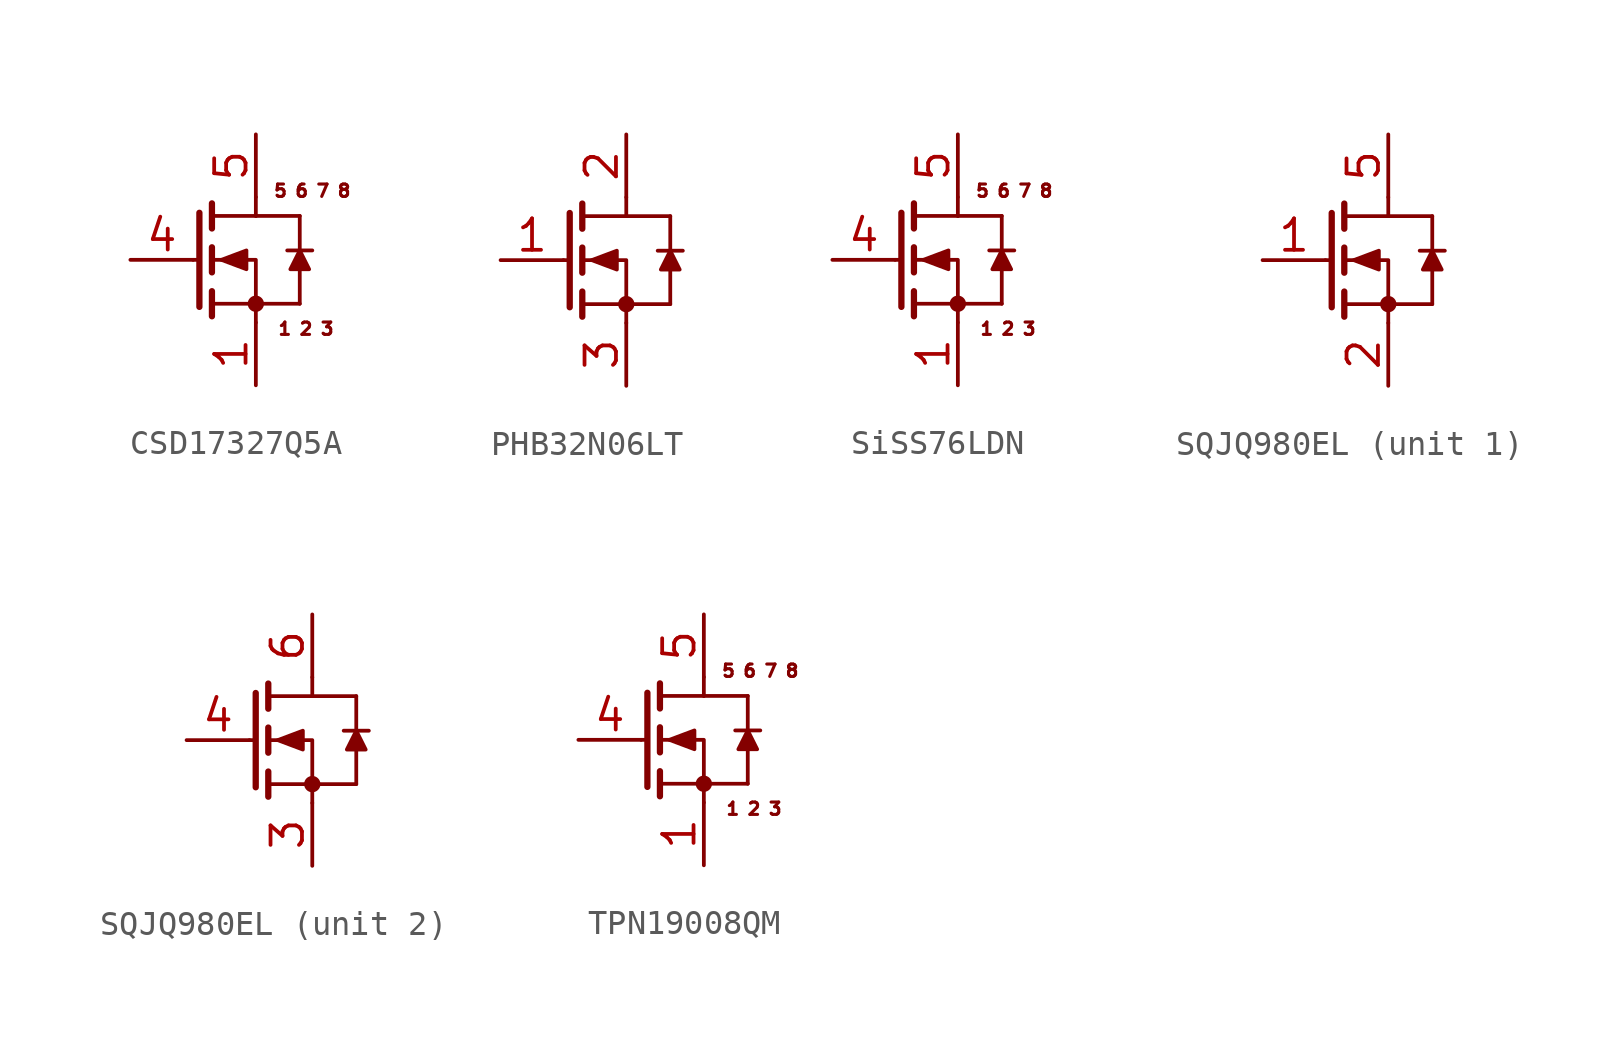
<source format=kicad_sym>
(kicad_symbol_lib
  (version 20211014)
  (generator kicad_symbol_editor)
  (symbol "CSD17327Q5A"
    (pin_names hide)
    (property "Reference" "Q"
      (at 3.81 17.78 0)
      (effects (font (size 1.27 1.27)) (justify left) hide))
    (symbol "CSD17327Q5A_0_0"
      (text "1 2 3" (at 7.112 -2.794 0) (effects (font (size 0.5 0.5))))
      (text "5 6 7 8" (at 7.366 2.794 0) (effects (font (size 0.5 0.5)))))
    (symbol "CSD17327Q5A_0_1"
      (polyline (pts (xy 2.794 0) (xy 2.54 0)) (stroke (width 0) (type default) (color 0 0 0 0)) (fill (type none)))
      (polyline (pts (xy 2.794 1.905) (xy 2.794 -1.905)) (stroke (width 0.254) (type default) (color 0 0 0 0)) (fill (type none)))
      (polyline (pts (xy 3.302 -1.778) (xy 5.08 -1.778)) (stroke (width 0) (type default) (color 0 0 0 0)) (fill (type none)))
      (polyline (pts (xy 3.302 -1.27) (xy 3.302 -2.286)) (stroke (width 0.254) (type default) (color 0 0 0 0)) (fill (type none)))
      (polyline (pts (xy 3.302 0.508) (xy 3.302 -0.508)) (stroke (width 0.254) (type default) (color 0 0 0 0)) (fill (type none)))
      (polyline (pts (xy 3.302 1.778) (xy 5.08 1.778)) (stroke (width 0) (type default) (color 0 0 0 0)) (fill (type none)))
      (polyline (pts (xy 3.302 2.286) (xy 3.302 1.27)) (stroke (width 0.254) (type default) (color 0 0 0 0)) (fill (type none)))
      (polyline (pts (xy 5.08 -1.778) (xy 6.858 -1.778)) (stroke (width 0) (type default) (color 0 0 0 0)) (fill (type none)))
      (polyline (pts (xy 5.08 1.778) (xy 6.858 1.778)) (stroke (width 0) (type default) (color 0 0 0 0)) (fill (type none)))
      (polyline (pts (xy 5.08 2.54) (xy 5.08 1.778)) (stroke (width 0) (type default) (color 0 0 0 0)) (fill (type none)))
      (polyline (pts (xy 6.35 0.381) (xy 7.366 0.381)) (stroke (width 0) (type default) (color 0 0 0 0)) (fill (type none)))
      (polyline (pts (xy 6.858 -1.778) (xy 6.858 0)) (stroke (width 0) (type default) (color 0 0 0 0)) (fill (type none)))
      (polyline (pts (xy 6.858 1.778) (xy 6.858 0)) (stroke (width 0) (type default) (color 0 0 0 0)) (fill (type none)))
      (polyline (pts (xy 5.08 -2.54) (xy 5.08 0) (xy 3.302 0)) (stroke (width 0) (type default) (color 0 0 0 0)) (fill (type none)))
      (polyline (pts (xy 3.683 0) (xy 4.699 0.381) (xy 4.699 -0.381) (xy 3.683 0)) (stroke (width 0) (type default) (color 0 0 0 0)) (fill (type outline)))
      (polyline (pts (xy 6.858 0.381) (xy 7.239 -0.381) (xy 6.477 -0.381) (xy 6.858 0.381)) (stroke (width 0) (type default) (color 0 0 0 0)) (fill (type outline)))
      (circle (center 5.08 -1.778) (radius 0.254) (stroke (width 0) (type default) (color 0 0 0 0)) (fill (type outline))))
    (symbol "CSD17327Q5A_1_1"
      (pin passive line (at 5.08 -5.08 90) (length 2.54) (name "S" (effects (font (size 1.27 1.27)))) (number "1" (effects (font (size 1.27 1.27)))))
      (pin passive line (at 5.08 -5.08 90) (length 2.54) hide (name "S" (effects (font (size 1.27 1.27)))) (number "2" (effects (font (size 1.27 1.27)))))
      (pin passive line (at 5.08 -5.08 90) (length 2.54) hide (name "S" (effects (font (size 1.27 1.27)))) (number "3" (effects (font (size 1.27 1.27)))))
      (pin passive line (at 0 0 0) (length 2.54) (name "G" (effects (font (size 1.27 1.27)))) (number "4" (effects (font (size 1.27 1.27)))))
      (pin passive line (at 5.08 5.08 270) (length 2.54) (name "D" (effects (font (size 1.27 1.27)))) (number "5" (effects (font (size 1.27 1.27)))))
      (pin passive line (at 5.08 5.08 270) (length 2.54) hide (name "S" (effects (font (size 1.27 1.27)))) (number "6" (effects (font (size 1.27 1.27)))))
      (pin passive line (at 5.08 5.08 270) (length 2.54) hide (name "S" (effects (font (size 1.27 1.27)))) (number "7" (effects (font (size 1.27 1.27)))))
      (pin passive line (at 5.08 5.08 270) (length 2.54) hide (name "S" (effects (font (size 1.27 1.27)))) (number "8" (effects (font (size 1.27 1.27)))))))
  (symbol "PHB32N06LT"
    (pin_names hide)
    (property "Reference" "Q"
      (at 3.81 17.78 0)
      (effects (font (size 1.27 1.27)) (justify left) hide))
    (symbol "PHB32N06LT_0_1"
      (polyline (pts (xy 2.794 0) (xy 2.54 0)) (stroke (width 0) (type default) (color 0 0 0 0)) (fill (type none)))
      (polyline (pts (xy 2.794 1.905) (xy 2.794 -1.905)) (stroke (width 0.254) (type default) (color 0 0 0 0)) (fill (type none)))
      (polyline (pts (xy 3.302 -1.778) (xy 5.08 -1.778)) (stroke (width 0) (type default) (color 0 0 0 0)) (fill (type none)))
      (polyline (pts (xy 3.302 -1.27) (xy 3.302 -2.286)) (stroke (width 0.254) (type default) (color 0 0 0 0)) (fill (type none)))
      (polyline (pts (xy 3.302 0.508) (xy 3.302 -0.508)) (stroke (width 0.254) (type default) (color 0 0 0 0)) (fill (type none)))
      (polyline (pts (xy 3.302 1.778) (xy 5.08 1.778)) (stroke (width 0) (type default) (color 0 0 0 0)) (fill (type none)))
      (polyline (pts (xy 3.302 2.286) (xy 3.302 1.27)) (stroke (width 0.254) (type default) (color 0 0 0 0)) (fill (type none)))
      (polyline (pts (xy 5.08 -1.778) (xy 6.858 -1.778)) (stroke (width 0) (type default) (color 0 0 0 0)) (fill (type none)))
      (polyline (pts (xy 5.08 1.778) (xy 6.858 1.778)) (stroke (width 0) (type default) (color 0 0 0 0)) (fill (type none)))
      (polyline (pts (xy 5.08 2.54) (xy 5.08 1.778)) (stroke (width 0) (type default) (color 0 0 0 0)) (fill (type none)))
      (polyline (pts (xy 6.35 0.381) (xy 7.366 0.381)) (stroke (width 0) (type default) (color 0 0 0 0)) (fill (type none)))
      (polyline (pts (xy 6.858 -1.778) (xy 6.858 0)) (stroke (width 0) (type default) (color 0 0 0 0)) (fill (type none)))
      (polyline (pts (xy 6.858 1.778) (xy 6.858 0)) (stroke (width 0) (type default) (color 0 0 0 0)) (fill (type none)))
      (polyline (pts (xy 5.08 -2.54) (xy 5.08 0) (xy 3.302 0)) (stroke (width 0) (type default) (color 0 0 0 0)) (fill (type none)))
      (polyline (pts (xy 3.683 0) (xy 4.699 0.381) (xy 4.699 -0.381) (xy 3.683 0)) (stroke (width 0) (type default) (color 0 0 0 0)) (fill (type outline)))
      (polyline (pts (xy 6.858 0.381) (xy 7.239 -0.381) (xy 6.477 -0.381) (xy 6.858 0.381)) (stroke (width 0) (type default) (color 0 0 0 0)) (fill (type outline)))
      (circle (center 5.08 -1.778) (radius 0.254) (stroke (width 0) (type default) (color 0 0 0 0)) (fill (type outline))))
    (symbol "PHB32N06LT_1_1"
      (pin passive line (at 0 0 0) (length 2.54) (name "G" (effects (font (size 1.27 1.27)))) (number "1" (effects (font (size 1.27 1.27)))))
      (pin passive line (at 5.08 5.08 270) (length 2.54) (name "D" (effects (font (size 1.27 1.27)))) (number "2" (effects (font (size 1.27 1.27)))))
      (pin passive line (at 5.08 -5.08 90) (length 2.54) (name "S" (effects (font (size 1.27 1.27)))) (number "3" (effects (font (size 1.27 1.27)))))))
  (symbol "SiSS76LDN"
    (pin_names hide)
    (property "Reference" "Q"
      (at 3.81 17.78 0)
      (effects (font (size 1.27 1.27)) (justify left) hide))
    (symbol "SiSS76LDN_0_0"
      (text "1 2 3" (at 7.112 -2.794 0) (effects (font (size 0.5 0.5))))
      (text "5 6 7 8" (at 7.366 2.794 0) (effects (font (size 0.5 0.5)))))
    (symbol "SiSS76LDN_0_1"
      (polyline (pts (xy 2.794 0) (xy 2.54 0)) (stroke (width 0) (type default) (color 0 0 0 0)) (fill (type none)))
      (polyline (pts (xy 2.794 1.905) (xy 2.794 -1.905)) (stroke (width 0.254) (type default) (color 0 0 0 0)) (fill (type none)))
      (polyline (pts (xy 3.302 -1.778) (xy 5.08 -1.778)) (stroke (width 0) (type default) (color 0 0 0 0)) (fill (type none)))
      (polyline (pts (xy 3.302 -1.27) (xy 3.302 -2.286)) (stroke (width 0.254) (type default) (color 0 0 0 0)) (fill (type none)))
      (polyline (pts (xy 3.302 0.508) (xy 3.302 -0.508)) (stroke (width 0.254) (type default) (color 0 0 0 0)) (fill (type none)))
      (polyline (pts (xy 3.302 1.778) (xy 5.08 1.778)) (stroke (width 0) (type default) (color 0 0 0 0)) (fill (type none)))
      (polyline (pts (xy 3.302 2.286) (xy 3.302 1.27)) (stroke (width 0.254) (type default) (color 0 0 0 0)) (fill (type none)))
      (polyline (pts (xy 5.08 -1.778) (xy 6.858 -1.778)) (stroke (width 0) (type default) (color 0 0 0 0)) (fill (type none)))
      (polyline (pts (xy 5.08 1.778) (xy 6.858 1.778)) (stroke (width 0) (type default) (color 0 0 0 0)) (fill (type none)))
      (polyline (pts (xy 5.08 2.54) (xy 5.08 1.778)) (stroke (width 0) (type default) (color 0 0 0 0)) (fill (type none)))
      (polyline (pts (xy 6.35 0.381) (xy 7.366 0.381)) (stroke (width 0) (type default) (color 0 0 0 0)) (fill (type none)))
      (polyline (pts (xy 6.858 -1.778) (xy 6.858 0)) (stroke (width 0) (type default) (color 0 0 0 0)) (fill (type none)))
      (polyline (pts (xy 6.858 1.778) (xy 6.858 0)) (stroke (width 0) (type default) (color 0 0 0 0)) (fill (type none)))
      (polyline (pts (xy 5.08 -2.54) (xy 5.08 0) (xy 3.302 0)) (stroke (width 0) (type default) (color 0 0 0 0)) (fill (type none)))
      (polyline (pts (xy 3.683 0) (xy 4.699 0.381) (xy 4.699 -0.381) (xy 3.683 0)) (stroke (width 0) (type default) (color 0 0 0 0)) (fill (type outline)))
      (polyline (pts (xy 6.858 0.381) (xy 7.239 -0.381) (xy 6.477 -0.381) (xy 6.858 0.381)) (stroke (width 0) (type default) (color 0 0 0 0)) (fill (type outline)))
      (circle (center 5.08 -1.778) (radius 0.254) (stroke (width 0) (type default) (color 0 0 0 0)) (fill (type outline))))
    (symbol "SiSS76LDN_1_1"
      (pin passive line (at 5.08 -5.08 90) (length 2.54) (name "S" (effects (font (size 1.27 1.27)))) (number "1" (effects (font (size 1.27 1.27)))))
      (pin passive line (at 5.08 -5.08 90) (length 2.54) hide (name "S" (effects (font (size 1.27 1.27)))) (number "2" (effects (font (size 1.27 1.27)))))
      (pin passive line (at 5.08 -5.08 90) (length 2.54) hide (name "S" (effects (font (size 1.27 1.27)))) (number "3" (effects (font (size 1.27 1.27)))))
      (pin passive line (at 0 0 0) (length 2.54) (name "G" (effects (font (size 1.27 1.27)))) (number "4" (effects (font (size 1.27 1.27)))))
      (pin passive line (at 5.08 5.08 270) (length 2.54) (name "D" (effects (font (size 1.27 1.27)))) (number "5" (effects (font (size 1.27 1.27)))))
      (pin passive line (at 5.08 5.08 270) (length 2.54) hide (name "S" (effects (font (size 1.27 1.27)))) (number "6" (effects (font (size 1.27 1.27)))))
      (pin passive line (at 5.08 5.08 270) (length 2.54) hide (name "S" (effects (font (size 1.27 1.27)))) (number "7" (effects (font (size 1.27 1.27)))))
      (pin passive line (at 5.08 5.08 270) (length 2.54) hide (name "S" (effects (font (size 1.27 1.27)))) (number "8" (effects (font (size 1.27 1.27)))))))
  (symbol "SQJQ980EL"
    (pin_names hide)
    (property "Reference" "Q"
      (at 3.81 17.78 0)
      (effects (font (size 1.27 1.27)) (justify left) hide))
    (symbol "SQJQ980EL_0_1"
      (polyline (pts (xy 2.794 0) (xy 2.54 0)) (stroke (width 0) (type default) (color 0 0 0 0)) (fill (type none)))
      (polyline (pts (xy 2.794 1.905) (xy 2.794 -1.905)) (stroke (width 0.254) (type default) (color 0 0 0 0)) (fill (type none)))
      (polyline (pts (xy 3.302 -1.778) (xy 5.08 -1.778)) (stroke (width 0) (type default) (color 0 0 0 0)) (fill (type none)))
      (polyline (pts (xy 3.302 -1.27) (xy 3.302 -2.286)) (stroke (width 0.254) (type default) (color 0 0 0 0)) (fill (type none)))
      (polyline (pts (xy 3.302 0.508) (xy 3.302 -0.508)) (stroke (width 0.254) (type default) (color 0 0 0 0)) (fill (type none)))
      (polyline (pts (xy 3.302 1.778) (xy 5.08 1.778)) (stroke (width 0) (type default) (color 0 0 0 0)) (fill (type none)))
      (polyline (pts (xy 3.302 2.286) (xy 3.302 1.27)) (stroke (width 0.254) (type default) (color 0 0 0 0)) (fill (type none)))
      (polyline (pts (xy 5.08 -1.778) (xy 6.858 -1.778)) (stroke (width 0) (type default) (color 0 0 0 0)) (fill (type none)))
      (polyline (pts (xy 5.08 1.778) (xy 6.858 1.778)) (stroke (width 0) (type default) (color 0 0 0 0)) (fill (type none)))
      (polyline (pts (xy 5.08 2.54) (xy 5.08 1.778)) (stroke (width 0) (type default) (color 0 0 0 0)) (fill (type none)))
      (polyline (pts (xy 6.35 0.381) (xy 7.366 0.381)) (stroke (width 0) (type default) (color 0 0 0 0)) (fill (type none)))
      (polyline (pts (xy 6.858 -1.778) (xy 6.858 0)) (stroke (width 0) (type default) (color 0 0 0 0)) (fill (type none)))
      (polyline (pts (xy 6.858 1.778) (xy 6.858 0)) (stroke (width 0) (type default) (color 0 0 0 0)) (fill (type none)))
      (polyline (pts (xy 5.08 -2.54) (xy 5.08 0) (xy 3.302 0)) (stroke (width 0) (type default) (color 0 0 0 0)) (fill (type none)))
      (polyline (pts (xy 3.683 0) (xy 4.699 0.381) (xy 4.699 -0.381) (xy 3.683 0)) (stroke (width 0) (type default) (color 0 0 0 0)) (fill (type outline)))
      (polyline (pts (xy 6.858 0.381) (xy 7.239 -0.381) (xy 6.477 -0.381) (xy 6.858 0.381)) (stroke (width 0) (type default) (color 0 0 0 0)) (fill (type outline)))
      (circle (center 5.08 -1.778) (radius 0.254) (stroke (width 0) (type default) (color 0 0 0 0)) (fill (type outline))))
    (symbol "SQJQ980EL_1_1"
      (pin passive line (at 0 0 0) (length 2.54) (name "G" (effects (font (size 1.27 1.27)))) (number "1" (effects (font (size 1.27 1.27)))))
      (pin passive line (at 5.08 -5.08 90) (length 2.54) (name "S" (effects (font (size 1.27 1.27)))) (number "2" (effects (font (size 1.27 1.27)))))
      (pin passive line (at 5.08 5.08 270) (length 2.54) (name "D" (effects (font (size 1.27 1.27)))) (number "5" (effects (font (size 1.27 1.27))))))
    (symbol "SQJQ980EL_2_1"
      (pin passive line (at 5.08 -5.08 90) (length 2.54) (name "S" (effects (font (size 1.27 1.27)))) (number "3" (effects (font (size 1.27 1.27)))))
      (pin passive line (at 0 0 0) (length 2.54) (name "G" (effects (font (size 1.27 1.27)))) (number "4" (effects (font (size 1.27 1.27)))))
      (pin passive line (at 5.08 5.08 270) (length 2.54) (name "D" (effects (font (size 1.27 1.27)))) (number "6" (effects (font (size 1.27 1.27)))))))
  (symbol "TPN19008QM"
    (pin_names hide)
    (property "Reference" "Q"
      (at 3.81 17.78 0)
      (effects (font (size 1.27 1.27)) (justify left) hide))
    (symbol "TPN19008QM_0_0"
      (text "1 2 3" (at 7.112 -2.794 0) (effects (font (size 0.5 0.5))))
      (text "5 6 7 8" (at 7.366 2.794 0) (effects (font (size 0.5 0.5)))))
    (symbol "TPN19008QM_0_1"
      (polyline (pts (xy 2.794 0) (xy 2.54 0)) (stroke (width 0) (type default) (color 0 0 0 0)) (fill (type none)))
      (polyline (pts (xy 2.794 1.905) (xy 2.794 -1.905)) (stroke (width 0.254) (type default) (color 0 0 0 0)) (fill (type none)))
      (polyline (pts (xy 3.302 -1.778) (xy 5.08 -1.778)) (stroke (width 0) (type default) (color 0 0 0 0)) (fill (type none)))
      (polyline (pts (xy 3.302 -1.27) (xy 3.302 -2.286)) (stroke (width 0.254) (type default) (color 0 0 0 0)) (fill (type none)))
      (polyline (pts (xy 3.302 0.508) (xy 3.302 -0.508)) (stroke (width 0.254) (type default) (color 0 0 0 0)) (fill (type none)))
      (polyline (pts (xy 3.302 1.778) (xy 5.08 1.778)) (stroke (width 0) (type default) (color 0 0 0 0)) (fill (type none)))
      (polyline (pts (xy 3.302 2.286) (xy 3.302 1.27)) (stroke (width 0.254) (type default) (color 0 0 0 0)) (fill (type none)))
      (polyline (pts (xy 5.08 -1.778) (xy 6.858 -1.778)) (stroke (width 0) (type default) (color 0 0 0 0)) (fill (type none)))
      (polyline (pts (xy 5.08 1.778) (xy 6.858 1.778)) (stroke (width 0) (type default) (color 0 0 0 0)) (fill (type none)))
      (polyline (pts (xy 5.08 2.54) (xy 5.08 1.778)) (stroke (width 0) (type default) (color 0 0 0 0)) (fill (type none)))
      (polyline (pts (xy 6.35 0.381) (xy 7.366 0.381)) (stroke (width 0) (type default) (color 0 0 0 0)) (fill (type none)))
      (polyline (pts (xy 6.858 -1.778) (xy 6.858 0)) (stroke (width 0) (type default) (color 0 0 0 0)) (fill (type none)))
      (polyline (pts (xy 6.858 1.778) (xy 6.858 0)) (stroke (width 0) (type default) (color 0 0 0 0)) (fill (type none)))
      (polyline (pts (xy 5.08 -2.54) (xy 5.08 0) (xy 3.302 0)) (stroke (width 0) (type default) (color 0 0 0 0)) (fill (type none)))
      (polyline (pts (xy 3.683 0) (xy 4.699 0.381) (xy 4.699 -0.381) (xy 3.683 0)) (stroke (width 0) (type default) (color 0 0 0 0)) (fill (type outline)))
      (polyline (pts (xy 6.858 0.381) (xy 7.239 -0.381) (xy 6.477 -0.381) (xy 6.858 0.381)) (stroke (width 0) (type default) (color 0 0 0 0)) (fill (type outline)))
      (circle (center 5.08 -1.778) (radius 0.254) (stroke (width 0) (type default) (color 0 0 0 0)) (fill (type outline))))
    (symbol "TPN19008QM_1_1"
      (pin passive line (at 5.08 -5.08 90) (length 2.54) (name "S" (effects (font (size 1.27 1.27)))) (number "1" (effects (font (size 1.27 1.27)))))
      (pin passive line (at 5.08 -5.08 90) (length 2.54) hide (name "S" (effects (font (size 1.27 1.27)))) (number "2" (effects (font (size 1.27 1.27)))))
      (pin passive line (at 5.08 -5.08 90) (length 2.54) hide (name "S" (effects (font (size 1.27 1.27)))) (number "3" (effects (font (size 1.27 1.27)))))
      (pin passive line (at 0 0 0) (length 2.54) (name "G" (effects (font (size 1.27 1.27)))) (number "4" (effects (font (size 1.27 1.27)))))
      (pin passive line (at 5.08 5.08 270) (length 2.54) (name "D" (effects (font (size 1.27 1.27)))) (number "5" (effects (font (size 1.27 1.27)))))
      (pin passive line (at 5.08 5.08 270) (length 2.54) hide (name "S" (effects (font (size 1.27 1.27)))) (number "6" (effects (font (size 1.27 1.27)))))
      (pin passive line (at 5.08 5.08 270) (length 2.54) hide (name "S" (effects (font (size 1.27 1.27)))) (number "7" (effects (font (size 1.27 1.27)))))
      (pin passive line (at 5.08 5.08 270) (length 2.54) hide (name "S" (effects (font (size 1.27 1.27)))) (number "8" (effects (font (size 1.27 1.27))))))))
</source>
